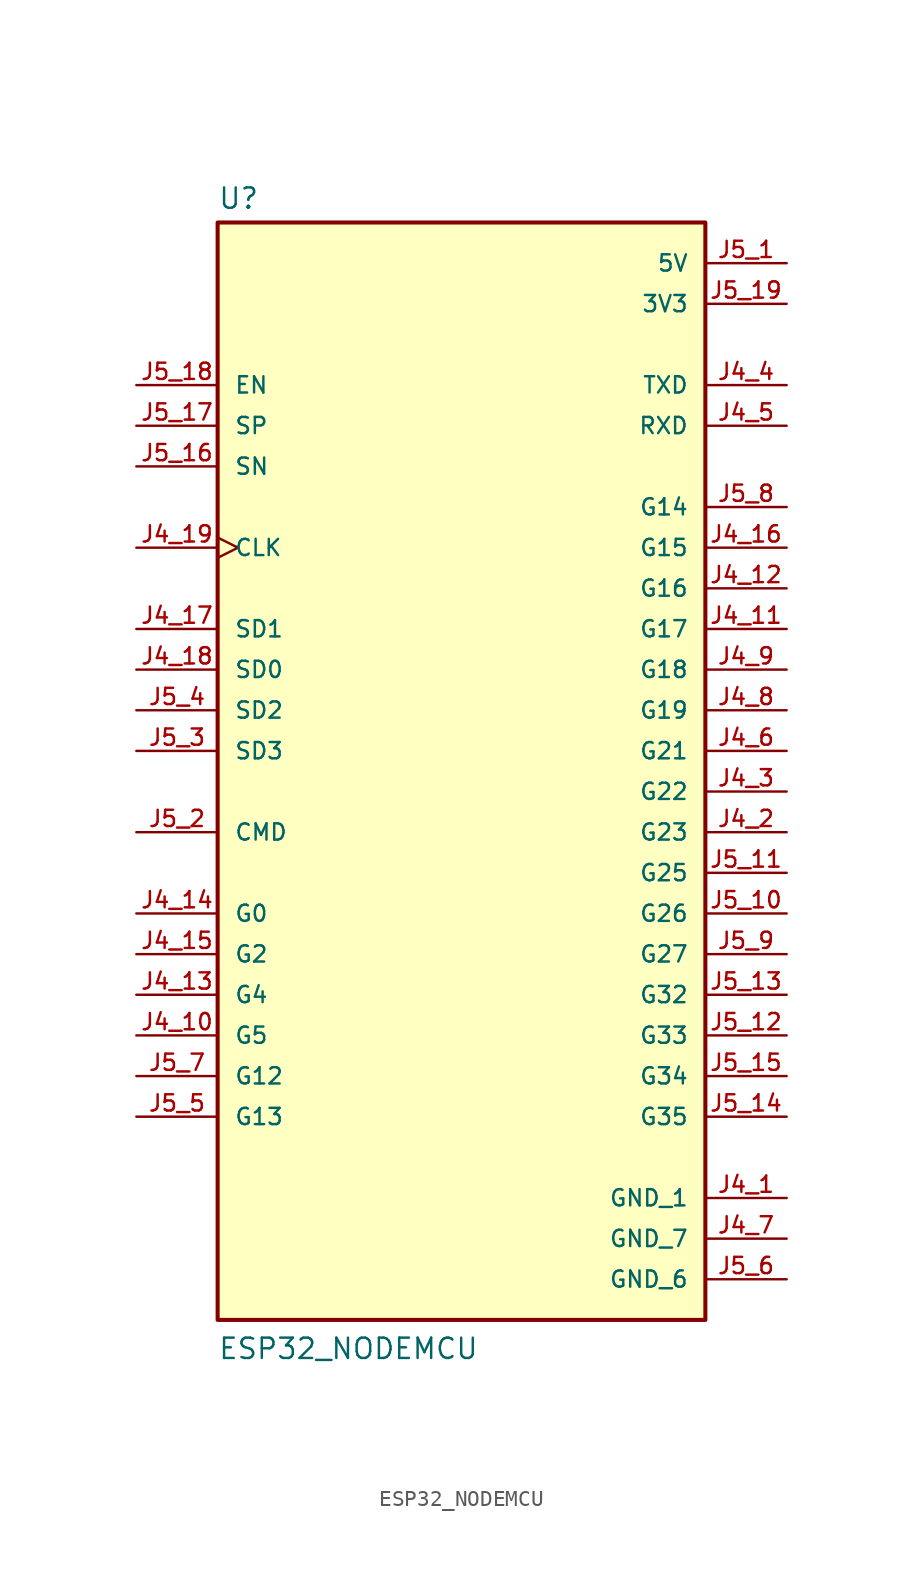
<source format=kicad_sym>
(kicad_symbol_lib
  (version 20211014)
  (generator kicad_symbol_editor)
  (symbol "ESP32_NODEMCU"
    (pin_names
      (offset 1.016))
    (property "Reference" "U"
      (at -15.24 36.322 0)
      (effects (font (size 1.27 1.27)) (justify bottom left)))
    (property "Value" "ESP32_NODEMCU"
      (at -15.24 -35.56 0)
      (effects (font (size 1.27 1.27)) (justify bottom left)))
    (symbol "ESP32_NODEMCU_0_0"
      (rectangle (start -15.24 -33.02) (end 15.24 35.56) (stroke (width 0.254)) (fill (type background)))
      (pin power_in line (at 20.32 30.48 180.0) (length 5.08) (name "3V3" (effects (font (size 1.016 1.016)))) (number "J5_19" (effects (font (size 1.016 1.016)))))
      (pin input line (at -20.32 25.4 0) (length 5.08) (name "EN" (effects (font (size 1.016 1.016)))) (number "J5_18" (effects (font (size 1.016 1.016)))))
      (pin input line (at -20.32 22.86 0) (length 5.08) (name "SP" (effects (font (size 1.016 1.016)))) (number "J5_17" (effects (font (size 1.016 1.016)))))
      (pin input line (at -20.32 20.32 0) (length 5.08) (name "SN" (effects (font (size 1.016 1.016)))) (number "J5_16" (effects (font (size 1.016 1.016)))))
      (pin bidirectional line (at 20.32 -17.78 180.0) (length 5.08) (name "G34" (effects (font (size 1.016 1.016)))) (number "J5_15" (effects (font (size 1.016 1.016)))))
      (pin bidirectional line (at 20.32 -20.32 180.0) (length 5.08) (name "G35" (effects (font (size 1.016 1.016)))) (number "J5_14" (effects (font (size 1.016 1.016)))))
      (pin bidirectional line (at 20.32 -12.7 180.0) (length 5.08) (name "G32" (effects (font (size 1.016 1.016)))) (number "J5_13" (effects (font (size 1.016 1.016)))))
      (pin bidirectional line (at 20.32 -15.24 180.0) (length 5.08) (name "G33" (effects (font (size 1.016 1.016)))) (number "J5_12" (effects (font (size 1.016 1.016)))))
      (pin bidirectional line (at 20.32 -5.08 180.0) (length 5.08) (name "G25" (effects (font (size 1.016 1.016)))) (number "J5_11" (effects (font (size 1.016 1.016)))))
      (pin bidirectional line (at 20.32 -7.62 180.0) (length 5.08) (name "G26" (effects (font (size 1.016 1.016)))) (number "J5_10" (effects (font (size 1.016 1.016)))))
      (pin bidirectional line (at 20.32 -10.16 180.0) (length 5.08) (name "G27" (effects (font (size 1.016 1.016)))) (number "J5_9" (effects (font (size 1.016 1.016)))))
      (pin bidirectional line (at 20.32 17.78 180.0) (length 5.08) (name "G14" (effects (font (size 1.016 1.016)))) (number "J5_8" (effects (font (size 1.016 1.016)))))
      (pin bidirectional line (at -20.32 -17.78 0) (length 5.08) (name "G12" (effects (font (size 1.016 1.016)))) (number "J5_7" (effects (font (size 1.016 1.016)))))
      (pin power_in line (at 20.32 -25.4 180.0) (length 5.08) (name "GND_1" (effects (font (size 1.016 1.016)))) (number "J4_1" (effects (font (size 1.016 1.016)))))
      (pin bidirectional line (at -20.32 -20.32 0) (length 5.08) (name "G13" (effects (font (size 1.016 1.016)))) (number "J5_5" (effects (font (size 1.016 1.016)))))
      (pin bidirectional line (at -20.32 5.08 0) (length 5.08) (name "SD2" (effects (font (size 1.016 1.016)))) (number "J5_4" (effects (font (size 1.016 1.016)))))
      (pin bidirectional line (at -20.32 2.54 0) (length 5.08) (name "SD3" (effects (font (size 1.016 1.016)))) (number "J5_3" (effects (font (size 1.016 1.016)))))
      (pin bidirectional line (at -20.32 -2.54 0) (length 5.08) (name "CMD" (effects (font (size 1.016 1.016)))) (number "J5_2" (effects (font (size 1.016 1.016)))))
      (pin power_in line (at 20.32 33.02 180.0) (length 5.08) (name "5V" (effects (font (size 1.016 1.016)))) (number "J5_1" (effects (font (size 1.016 1.016)))))
      (pin input clock (at -20.32 15.24 0) (length 5.08) (name "CLK" (effects (font (size 1.016 1.016)))) (number "J4_19" (effects (font (size 1.016 1.016)))))
      (pin bidirectional line (at -20.32 7.62 0) (length 5.08) (name "SD0" (effects (font (size 1.016 1.016)))) (number "J4_18" (effects (font (size 1.016 1.016)))))
      (pin bidirectional line (at -20.32 10.16 0) (length 5.08) (name "SD1" (effects (font (size 1.016 1.016)))) (number "J4_17" (effects (font (size 1.016 1.016)))))
      (pin bidirectional line (at 20.32 15.24 180.0) (length 5.08) (name "G15" (effects (font (size 1.016 1.016)))) (number "J4_16" (effects (font (size 1.016 1.016)))))
      (pin bidirectional line (at -20.32 -10.16 0) (length 5.08) (name "G2" (effects (font (size 1.016 1.016)))) (number "J4_15" (effects (font (size 1.016 1.016)))))
      (pin bidirectional line (at -20.32 -7.62 0) (length 5.08) (name "G0" (effects (font (size 1.016 1.016)))) (number "J4_14" (effects (font (size 1.016 1.016)))))
      (pin bidirectional line (at -20.32 -12.7 0) (length 5.08) (name "G4" (effects (font (size 1.016 1.016)))) (number "J4_13" (effects (font (size 1.016 1.016)))))
      (pin bidirectional line (at 20.32 12.7 180.0) (length 5.08) (name "G16" (effects (font (size 1.016 1.016)))) (number "J4_12" (effects (font (size 1.016 1.016)))))
      (pin bidirectional line (at 20.32 10.16 180.0) (length 5.08) (name "G17" (effects (font (size 1.016 1.016)))) (number "J4_11" (effects (font (size 1.016 1.016)))))
      (pin bidirectional line (at -20.32 -15.24 0) (length 5.08) (name "G5" (effects (font (size 1.016 1.016)))) (number "J4_10" (effects (font (size 1.016 1.016)))))
      (pin bidirectional line (at 20.32 7.62 180.0) (length 5.08) (name "G18" (effects (font (size 1.016 1.016)))) (number "J4_9" (effects (font (size 1.016 1.016)))))
      (pin bidirectional line (at 20.32 5.08 180.0) (length 5.08) (name "G19" (effects (font (size 1.016 1.016)))) (number "J4_8" (effects (font (size 1.016 1.016)))))
      (pin bidirectional line (at 20.32 2.54 180.0) (length 5.08) (name "G21" (effects (font (size 1.016 1.016)))) (number "J4_6" (effects (font (size 1.016 1.016)))))
      (pin input line (at 20.32 22.86 180.0) (length 5.08) (name "RXD" (effects (font (size 1.016 1.016)))) (number "J4_5" (effects (font (size 1.016 1.016)))))
      (pin output line (at 20.32 25.4 180.0) (length 5.08) (name "TXD" (effects (font (size 1.016 1.016)))) (number "J4_4" (effects (font (size 1.016 1.016)))))
      (pin bidirectional line (at 20.32 0.0 180.0) (length 5.08) (name "G22" (effects (font (size 1.016 1.016)))) (number "J4_3" (effects (font (size 1.016 1.016)))))
      (pin bidirectional line (at 20.32 -2.54 180.0) (length 5.08) (name "G23" (effects (font (size 1.016 1.016)))) (number "J4_2" (effects (font (size 1.016 1.016)))))
      (pin power_in line (at 20.32 -27.94 180.0) (length 5.08) (name "GND_7" (effects (font (size 1.016 1.016)))) (number "J4_7" (effects (font (size 1.016 1.016)))))
      (pin power_in line (at 20.32 -30.48 180.0) (length 5.08) (name "GND_6" (effects (font (size 1.016 1.016)))) (number "J5_6" (effects (font (size 1.016 1.016))))))))
</source>
